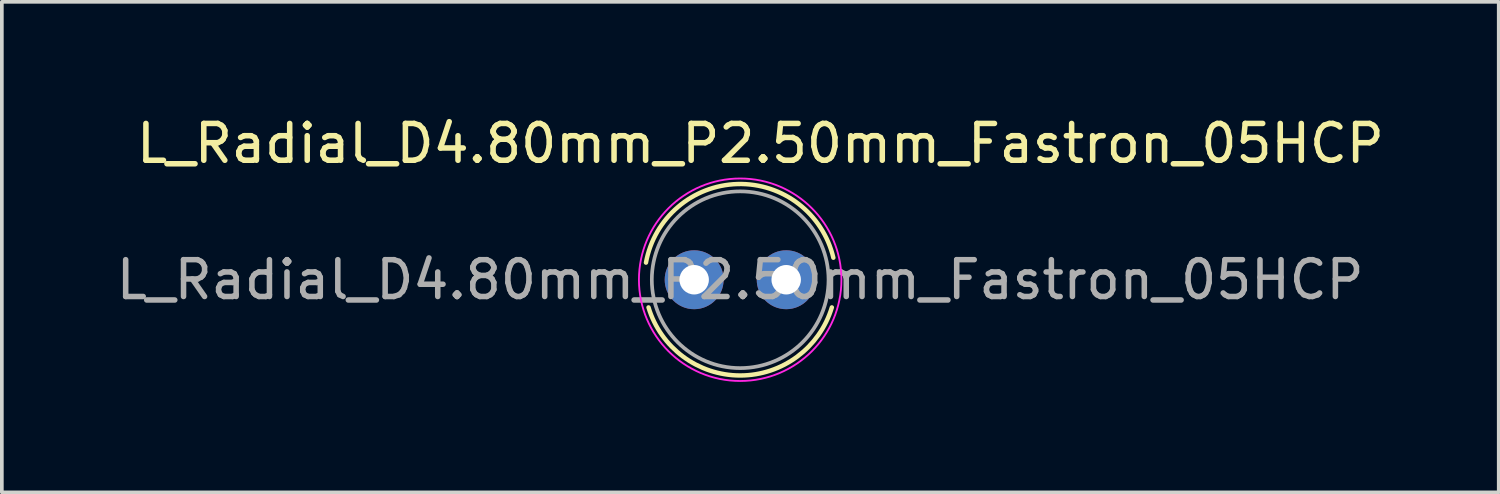
<source format=kicad_pcb>
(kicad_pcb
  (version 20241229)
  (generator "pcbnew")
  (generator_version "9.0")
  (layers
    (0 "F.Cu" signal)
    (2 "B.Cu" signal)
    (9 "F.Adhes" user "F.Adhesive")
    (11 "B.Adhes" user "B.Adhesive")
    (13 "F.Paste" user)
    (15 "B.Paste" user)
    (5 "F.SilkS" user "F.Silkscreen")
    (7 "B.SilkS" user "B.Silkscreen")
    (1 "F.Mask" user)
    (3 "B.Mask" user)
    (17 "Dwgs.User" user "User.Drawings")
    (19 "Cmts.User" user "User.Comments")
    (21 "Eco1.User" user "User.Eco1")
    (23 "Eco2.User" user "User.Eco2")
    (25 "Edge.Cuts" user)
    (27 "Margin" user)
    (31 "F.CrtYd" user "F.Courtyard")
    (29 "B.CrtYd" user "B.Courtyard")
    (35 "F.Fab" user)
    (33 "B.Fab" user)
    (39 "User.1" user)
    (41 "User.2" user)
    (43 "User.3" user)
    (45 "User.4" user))
  (footprint "L_Radial_D4.80mm_P2.50mm_Fastron_05HCP"
    (layer "F.Cu")
    (at 15.804 4.548)
    (property "Reference" "L_Radial_D4.80mm_P2.50mm_Fastron_05HCP" (at 1.8 -3.7 0) (layer "F.SilkS") (effects (font (size 1 1) (thickness 0.15))))
    (attr through_hole)
    (fp_arc (start -1.308535 -0.465189) (mid 1.182037 -2.599593) (end 3.780733 -0.598242) (stroke (width 0.12) (type solid)) (layer "F.SilkS"))
    (fp_arc (start 3.739512 0.751551) (mid 1.25 2.600481) (end -1.239512 0.751551) (stroke (width 0.12) (type solid)) (layer "F.SilkS"))
    (fp_circle (center 1.25 0) (end 4 0) (stroke (width 0.05) (type solid)) (fill no) (layer "F.CrtYd"))
    (fp_circle (center 1.25 0) (end 3.65 0) (stroke (width 0.1) (type solid)) (fill no) (layer "F.Fab"))
    (fp_text user "${REFERENCE}" (at 1.25 0 0) (layer "F.Fab") (effects (font (size 1 1) (thickness 0.15))))
    (pad "1" thru_hole circle (at 0 0) (size 1.6 1.6) (drill 0.8) (layers "*.Cu" "*.Mask"))
    (pad "2" thru_hole circle (at 2.5 0) (size 1.6 1.6) (drill 0.8) (layers "*.Cu" "*.Mask")))
  (gr_rect
    (start -3 -3)
    (end 37.657 10.323)
    (stroke (width 0.1) (type default))
    (fill no)
    (layer "Edge.Cuts")))
</source>
